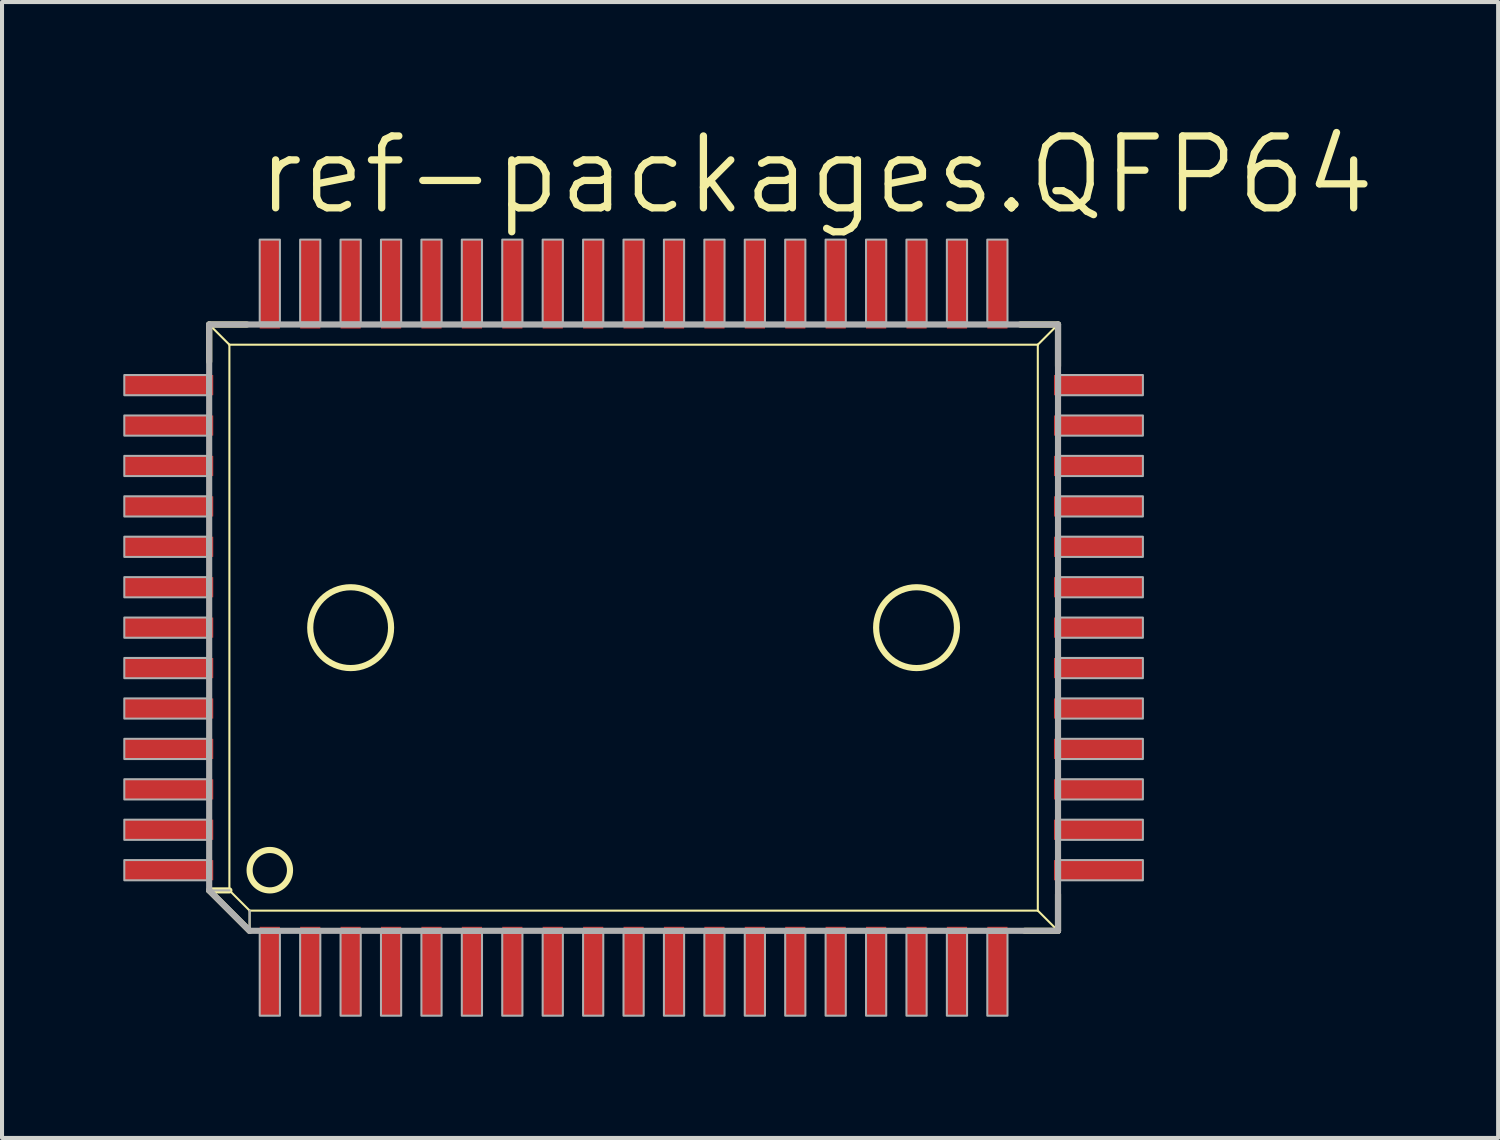
<source format=kicad_pcb>
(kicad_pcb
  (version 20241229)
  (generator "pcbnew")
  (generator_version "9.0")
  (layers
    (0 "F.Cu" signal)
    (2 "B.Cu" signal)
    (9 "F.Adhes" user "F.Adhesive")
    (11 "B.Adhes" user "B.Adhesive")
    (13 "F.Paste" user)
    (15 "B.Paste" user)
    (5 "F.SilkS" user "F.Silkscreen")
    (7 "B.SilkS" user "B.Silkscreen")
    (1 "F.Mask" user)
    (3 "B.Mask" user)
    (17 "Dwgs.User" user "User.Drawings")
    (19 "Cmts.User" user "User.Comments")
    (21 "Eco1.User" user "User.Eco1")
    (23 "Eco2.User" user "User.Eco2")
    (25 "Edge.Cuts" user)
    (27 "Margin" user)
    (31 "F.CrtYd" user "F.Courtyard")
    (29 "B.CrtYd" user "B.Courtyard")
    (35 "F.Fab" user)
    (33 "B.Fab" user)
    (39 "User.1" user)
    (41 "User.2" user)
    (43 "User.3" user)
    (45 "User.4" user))
  (footprint "ref-packages.QFP64"
    (layer "F.Cu")
    (at 12.625 12.478)
    (property "Reference" "ref-packages.QFP64" (at -9.398 -10.16 0) (layer "F.SilkS") (effects (font (size 1.778 1.778) (thickness 0.18)) (justify left bottom)))
    (attr smd)
    (fp_line (start -10.5 -7.5) (end -10 -7) (stroke (width 0.051) (type default)) (layer "F.SilkS"))
    (fp_line (start -10.5 -7.5) (end -9.566 -7.5) (stroke (width 0.152) (type default)) (layer "F.SilkS"))
    (fp_line (start -10.5 -6.581) (end -10.5 -7.5) (stroke (width 0.152) (type default)) (layer "F.SilkS"))
    (fp_line (start -10.5 6.5) (end -10 6.5) (stroke (width 0.152) (type default)) (layer "F.SilkS"))
    (fp_line (start -10 -7) (end 10 -7) (stroke (width 0.051) (type default)) (layer "F.SilkS"))
    (fp_line (start -10 6.5) (end -10 -7) (stroke (width 0.051) (type default)) (layer "F.SilkS"))
    (fp_line (start -9.5 7) (end -10 6.5) (stroke (width 0.051) (type default)) (layer "F.SilkS"))
    (fp_line (start -9.5 7.5) (end -10.5 6.5) (stroke (width 0.152) (type default)) (layer "F.SilkS"))
    (fp_line (start -9.5 7.5) (end -9.5 7) (stroke (width 0.051) (type default)) (layer "F.SilkS"))
    (fp_line (start 9.566 -7.5) (end 10.5 -7.5) (stroke (width 0.152) (type default)) (layer "F.SilkS"))
    (fp_line (start 10 -7) (end 10 7) (stroke (width 0.051) (type default)) (layer "F.SilkS"))
    (fp_line (start 10 7) (end -9.5 7) (stroke (width 0.051) (type default)) (layer "F.SilkS"))
    (fp_line (start 10.5 -7.5) (end 10 -7) (stroke (width 0.051) (type default)) (layer "F.SilkS"))
    (fp_line (start 10.5 -7.5) (end 10.5 -6.47) (stroke (width 0.152) (type default)) (layer "F.SilkS"))
    (fp_line (start 10.5 6.597) (end 10.5 7.5) (stroke (width 0.152) (type default)) (layer "F.SilkS"))
    (fp_line (start 10.5 7.5) (end 9.677 7.5) (stroke (width 0.152) (type default)) (layer "F.SilkS"))
    (fp_line (start 10.5 7.5) (end 10 7) (stroke (width 0.051) (type default)) (layer "F.SilkS"))
    (fp_circle (center -9 6) (end -8.5 6) (stroke (width 0.152) (type default)) (fill no) (layer "F.SilkS"))
    (fp_circle (center -7 0) (end -6 0) (stroke (width 0.152) (type default)) (fill no) (layer "F.SilkS"))
    (fp_circle (center 7 0) (end 8 0) (stroke (width 0.152) (type default)) (fill no) (layer "F.SilkS"))
    (fp_line (start -10.5 -7.5) (end 10.5 -7.5) (stroke (width 0.152) (type default)) (layer "F.Fab"))
    (fp_line (start -10.5 6.5) (end -10.5 -7.5) (stroke (width 0.152) (type default)) (layer "F.Fab"))
    (fp_line (start -10.5 6.5) (end -10 6.5) (stroke (width 0.051) (type default)) (layer "F.Fab"))
    (fp_line (start -9.5 7.5) (end -10.5 6.5) (stroke (width 0.152) (type default)) (layer "F.Fab"))
    (fp_line (start -9.5 7.5) (end -9.5 7) (stroke (width 0.051) (type default)) (layer "F.Fab"))
    (fp_line (start 10.5 -7.5) (end 10.5 7.5) (stroke (width 0.152) (type default)) (layer "F.Fab"))
    (fp_line (start 10.5 7.5) (end -9.5 7.5) (stroke (width 0.152) (type default)) (layer "F.Fab"))
    (fp_rect (start -12.6 -5.75) (end -10.55 -6.25) (stroke (width 0.05) (type default)) (fill no) (layer "F.Fab"))
    (fp_rect (start -12.6 -4.75) (end -10.55 -5.25) (stroke (width 0.05) (type default)) (fill no) (layer "F.Fab"))
    (fp_rect (start -12.6 -3.75) (end -10.55 -4.25) (stroke (width 0.05) (type default)) (fill no) (layer "F.Fab"))
    (fp_rect (start -12.6 -2.75) (end -10.55 -3.25) (stroke (width 0.05) (type default)) (fill no) (layer "F.Fab"))
    (fp_rect (start -12.6 -1.75) (end -10.55 -2.25) (stroke (width 0.05) (type default)) (fill no) (layer "F.Fab"))
    (fp_rect (start -12.6 -0.75) (end -10.55 -1.25) (stroke (width 0.05) (type default)) (fill no) (layer "F.Fab"))
    (fp_rect (start -12.6 0.25) (end -10.55 -0.25) (stroke (width 0.05) (type default)) (fill no) (layer "F.Fab"))
    (fp_rect (start -12.6 1.25) (end -10.55 0.75) (stroke (width 0.05) (type default)) (fill no) (layer "F.Fab"))
    (fp_rect (start -12.6 2.25) (end -10.55 1.75) (stroke (width 0.05) (type default)) (fill no) (layer "F.Fab"))
    (fp_rect (start -12.6 3.25) (end -10.55 2.75) (stroke (width 0.05) (type default)) (fill no) (layer "F.Fab"))
    (fp_rect (start -12.6 4.25) (end -10.55 3.75) (stroke (width 0.05) (type default)) (fill no) (layer "F.Fab"))
    (fp_rect (start -12.6 5.25) (end -10.55 4.75) (stroke (width 0.05) (type default)) (fill no) (layer "F.Fab"))
    (fp_rect (start -12.6 6.25) (end -10.55 5.75) (stroke (width 0.05) (type default)) (fill no) (layer "F.Fab"))
    (fp_rect (start -9.25 -7.55) (end -8.75 -9.6) (stroke (width 0.05) (type default)) (fill no) (layer "F.Fab"))
    (fp_rect (start -9.25 9.6) (end -8.75 7.55) (stroke (width 0.05) (type default)) (fill no) (layer "F.Fab"))
    (fp_rect (start -8.25 -7.55) (end -7.75 -9.6) (stroke (width 0.05) (type default)) (fill no) (layer "F.Fab"))
    (fp_rect (start -8.25 9.6) (end -7.75 7.55) (stroke (width 0.05) (type default)) (fill no) (layer "F.Fab"))
    (fp_rect (start -7.25 -7.55) (end -6.75 -9.6) (stroke (width 0.05) (type default)) (fill no) (layer "F.Fab"))
    (fp_rect (start -7.25 9.6) (end -6.75 7.55) (stroke (width 0.05) (type default)) (fill no) (layer "F.Fab"))
    (fp_rect (start -6.25 -7.55) (end -5.75 -9.6) (stroke (width 0.05) (type default)) (fill no) (layer "F.Fab"))
    (fp_rect (start -6.25 9.6) (end -5.75 7.55) (stroke (width 0.05) (type default)) (fill no) (layer "F.Fab"))
    (fp_rect (start -5.25 -7.55) (end -4.75 -9.6) (stroke (width 0.05) (type default)) (fill no) (layer "F.Fab"))
    (fp_rect (start -5.25 9.6) (end -4.75 7.55) (stroke (width 0.05) (type default)) (fill no) (layer "F.Fab"))
    (fp_rect (start -4.25 -7.55) (end -3.75 -9.6) (stroke (width 0.05) (type default)) (fill no) (layer "F.Fab"))
    (fp_rect (start -4.25 9.6) (end -3.75 7.55) (stroke (width 0.05) (type default)) (fill no) (layer "F.Fab"))
    (fp_rect (start -3.25 -7.55) (end -2.75 -9.6) (stroke (width 0.05) (type default)) (fill no) (layer "F.Fab"))
    (fp_rect (start -3.25 9.6) (end -2.75 7.55) (stroke (width 0.05) (type default)) (fill no) (layer "F.Fab"))
    (fp_rect (start -2.25 -7.55) (end -1.75 -9.6) (stroke (width 0.05) (type default)) (fill no) (layer "F.Fab"))
    (fp_rect (start -2.25 9.6) (end -1.75 7.55) (stroke (width 0.05) (type default)) (fill no) (layer "F.Fab"))
    (fp_rect (start -1.25 -7.55) (end -0.75 -9.6) (stroke (width 0.05) (type default)) (fill no) (layer "F.Fab"))
    (fp_rect (start -1.25 9.6) (end -0.75 7.55) (stroke (width 0.05) (type default)) (fill no) (layer "F.Fab"))
    (fp_rect (start -0.25 -7.55) (end 0.25 -9.6) (stroke (width 0.05) (type default)) (fill no) (layer "F.Fab"))
    (fp_rect (start -0.25 9.6) (end 0.25 7.55) (stroke (width 0.05) (type default)) (fill no) (layer "F.Fab"))
    (fp_rect (start 0.75 -7.55) (end 1.25 -9.6) (stroke (width 0.05) (type default)) (fill no) (layer "F.Fab"))
    (fp_rect (start 0.75 9.6) (end 1.25 7.55) (stroke (width 0.05) (type default)) (fill no) (layer "F.Fab"))
    (fp_rect (start 1.75 -7.55) (end 2.25 -9.6) (stroke (width 0.05) (type default)) (fill no) (layer "F.Fab"))
    (fp_rect (start 1.75 9.6) (end 2.25 7.55) (stroke (width 0.05) (type default)) (fill no) (layer "F.Fab"))
    (fp_rect (start 2.75 -7.55) (end 3.25 -9.6) (stroke (width 0.05) (type default)) (fill no) (layer "F.Fab"))
    (fp_rect (start 2.75 9.6) (end 3.25 7.55) (stroke (width 0.05) (type default)) (fill no) (layer "F.Fab"))
    (fp_rect (start 3.75 -7.55) (end 4.25 -9.6) (stroke (width 0.05) (type default)) (fill no) (layer "F.Fab"))
    (fp_rect (start 3.75 9.6) (end 4.25 7.55) (stroke (width 0.05) (type default)) (fill no) (layer "F.Fab"))
    (fp_rect (start 4.75 -7.55) (end 5.25 -9.6) (stroke (width 0.05) (type default)) (fill no) (layer "F.Fab"))
    (fp_rect (start 4.75 9.6) (end 5.25 7.55) (stroke (width 0.05) (type default)) (fill no) (layer "F.Fab"))
    (fp_rect (start 5.75 -7.55) (end 6.25 -9.6) (stroke (width 0.05) (type default)) (fill no) (layer "F.Fab"))
    (fp_rect (start 5.75 9.6) (end 6.25 7.55) (stroke (width 0.05) (type default)) (fill no) (layer "F.Fab"))
    (fp_rect (start 6.75 -7.55) (end 7.25 -9.6) (stroke (width 0.05) (type default)) (fill no) (layer "F.Fab"))
    (fp_rect (start 6.75 9.6) (end 7.25 7.55) (stroke (width 0.05) (type default)) (fill no) (layer "F.Fab"))
    (fp_rect (start 7.75 -7.55) (end 8.25 -9.6) (stroke (width 0.05) (type default)) (fill no) (layer "F.Fab"))
    (fp_rect (start 7.75 9.6) (end 8.25 7.55) (stroke (width 0.05) (type default)) (fill no) (layer "F.Fab"))
    (fp_rect (start 8.75 -7.55) (end 9.25 -9.6) (stroke (width 0.05) (type default)) (fill no) (layer "F.Fab"))
    (fp_rect (start 8.75 9.6) (end 9.25 7.55) (stroke (width 0.05) (type default)) (fill no) (layer "F.Fab"))
    (fp_rect (start 10.55 -5.75) (end 12.6 -6.25) (stroke (width 0.05) (type default)) (fill no) (layer "F.Fab"))
    (fp_rect (start 10.55 -4.75) (end 12.6 -5.25) (stroke (width 0.05) (type default)) (fill no) (layer "F.Fab"))
    (fp_rect (start 10.55 -3.75) (end 12.6 -4.25) (stroke (width 0.05) (type default)) (fill no) (layer "F.Fab"))
    (fp_rect (start 10.55 -2.75) (end 12.6 -3.25) (stroke (width 0.05) (type default)) (fill no) (layer "F.Fab"))
    (fp_rect (start 10.55 -1.75) (end 12.6 -2.25) (stroke (width 0.05) (type default)) (fill no) (layer "F.Fab"))
    (fp_rect (start 10.55 -0.75) (end 12.6 -1.25) (stroke (width 0.05) (type default)) (fill no) (layer "F.Fab"))
    (fp_rect (start 10.55 0.25) (end 12.6 -0.25) (stroke (width 0.05) (type default)) (fill no) (layer "F.Fab"))
    (fp_rect (start 10.55 1.25) (end 12.6 0.75) (stroke (width 0.05) (type default)) (fill no) (layer "F.Fab"))
    (fp_rect (start 10.55 2.25) (end 12.6 1.75) (stroke (width 0.05) (type default)) (fill no) (layer "F.Fab"))
    (fp_rect (start 10.55 3.25) (end 12.6 2.75) (stroke (width 0.05) (type default)) (fill no) (layer "F.Fab"))
    (fp_rect (start 10.55 4.25) (end 12.6 3.75) (stroke (width 0.05) (type default)) (fill no) (layer "F.Fab"))
    (fp_rect (start 10.55 5.25) (end 12.6 4.75) (stroke (width 0.05) (type default)) (fill no) (layer "F.Fab"))
    (fp_rect (start 10.55 6.25) (end 12.6 5.75) (stroke (width 0.05) (type default)) (fill no) (layer "F.Fab"))
    (pad "1" smd roundrect (at -9 8.5) (size 0.5 2.2) (layers "F.Cu" "F.Mask" "F.Paste") (roundrect_rratio 0.01))
    (pad "2" smd roundrect (at -8 8.5) (size 0.5 2.2) (layers "F.Cu" "F.Mask" "F.Paste") (roundrect_rratio 0.01))
    (pad "3" smd roundrect (at -7 8.5) (size 0.5 2.2) (layers "F.Cu" "F.Mask" "F.Paste") (roundrect_rratio 0.01))
    (pad "4" smd roundrect (at -6 8.5) (size 0.5 2.2) (layers "F.Cu" "F.Mask" "F.Paste") (roundrect_rratio 0.01))
    (pad "5" smd roundrect (at -5 8.5) (size 0.5 2.2) (layers "F.Cu" "F.Mask" "F.Paste") (roundrect_rratio 0.01))
    (pad "6" smd roundrect (at -4 8.5) (size 0.5 2.2) (layers "F.Cu" "F.Mask" "F.Paste") (roundrect_rratio 0.01))
    (pad "7" smd roundrect (at -3 8.5) (size 0.5 2.2) (layers "F.Cu" "F.Mask" "F.Paste") (roundrect_rratio 0.01))
    (pad "8" smd roundrect (at -2 8.5) (size 0.5 2.2) (layers "F.Cu" "F.Mask" "F.Paste") (roundrect_rratio 0.01))
    (pad "9" smd roundrect (at -1 8.5) (size 0.5 2.2) (layers "F.Cu" "F.Mask" "F.Paste") (roundrect_rratio 0.01))
    (pad "10" smd roundrect (at 0 8.5) (size 0.5 2.2) (layers "F.Cu" "F.Mask" "F.Paste") (roundrect_rratio 0.01))
    (pad "11" smd roundrect (at 1 8.5) (size 0.5 2.2) (layers "F.Cu" "F.Mask" "F.Paste") (roundrect_rratio 0.01))
    (pad "12" smd roundrect (at 2 8.5) (size 0.5 2.2) (layers "F.Cu" "F.Mask" "F.Paste") (roundrect_rratio 0.01))
    (pad "13" smd roundrect (at 3 8.5) (size 0.5 2.2) (layers "F.Cu" "F.Mask" "F.Paste") (roundrect_rratio 0.01))
    (pad "14" smd roundrect (at 4 8.5) (size 0.5 2.2) (layers "F.Cu" "F.Mask" "F.Paste") (roundrect_rratio 0.01))
    (pad "15" smd roundrect (at 5 8.5) (size 0.5 2.2) (layers "F.Cu" "F.Mask" "F.Paste") (roundrect_rratio 0.01))
    (pad "16" smd roundrect (at 6 8.5) (size 0.5 2.2) (layers "F.Cu" "F.Mask" "F.Paste") (roundrect_rratio 0.01))
    (pad "17" smd roundrect (at 7 8.5) (size 0.5 2.2) (layers "F.Cu" "F.Mask" "F.Paste") (roundrect_rratio 0.01))
    (pad "18" smd roundrect (at 8 8.5) (size 0.5 2.2) (layers "F.Cu" "F.Mask" "F.Paste") (roundrect_rratio 0.01))
    (pad "19" smd roundrect (at 9 8.5) (size 0.5 2.2) (layers "F.Cu" "F.Mask" "F.Paste") (roundrect_rratio 0.01))
    (pad "20" smd roundrect (at 11.5 6) (size 2.2 0.5) (layers "F.Cu" "F.Mask" "F.Paste") (roundrect_rratio 0.01))
    (pad "21" smd roundrect (at 11.5 5) (size 2.2 0.5) (layers "F.Cu" "F.Mask" "F.Paste") (roundrect_rratio 0.01))
    (pad "22" smd roundrect (at 11.5 4) (size 2.2 0.5) (layers "F.Cu" "F.Mask" "F.Paste") (roundrect_rratio 0.01))
    (pad "23" smd roundrect (at 11.5 3) (size 2.2 0.5) (layers "F.Cu" "F.Mask" "F.Paste") (roundrect_rratio 0.01))
    (pad "24" smd roundrect (at 11.5 2) (size 2.2 0.5) (layers "F.Cu" "F.Mask" "F.Paste") (roundrect_rratio 0.01))
    (pad "25" smd roundrect (at 11.5 1) (size 2.2 0.5) (layers "F.Cu" "F.Mask" "F.Paste") (roundrect_rratio 0.01))
    (pad "26" smd roundrect (at 11.5 0) (size 2.2 0.5) (layers "F.Cu" "F.Mask" "F.Paste") (roundrect_rratio 0.01))
    (pad "27" smd roundrect (at 11.5 -1) (size 2.2 0.5) (layers "F.Cu" "F.Mask" "F.Paste") (roundrect_rratio 0.01))
    (pad "28" smd roundrect (at 11.5 -2) (size 2.2 0.5) (layers "F.Cu" "F.Mask" "F.Paste") (roundrect_rratio 0.01))
    (pad "29" smd roundrect (at 11.5 -3) (size 2.2 0.5) (layers "F.Cu" "F.Mask" "F.Paste") (roundrect_rratio 0.01))
    (pad "30" smd roundrect (at 11.5 -4) (size 2.2 0.5) (layers "F.Cu" "F.Mask" "F.Paste") (roundrect_rratio 0.01))
    (pad "31" smd roundrect (at 11.5 -5) (size 2.2 0.5) (layers "F.Cu" "F.Mask" "F.Paste") (roundrect_rratio 0.01))
    (pad "32" smd roundrect (at 11.5 -6) (size 2.2 0.5) (layers "F.Cu" "F.Mask" "F.Paste") (roundrect_rratio 0.01))
    (pad "33" smd roundrect (at 9 -8.5) (size 0.5 2.2) (layers "F.Cu" "F.Mask" "F.Paste") (roundrect_rratio 0.01))
    (pad "34" smd roundrect (at 8 -8.5) (size 0.5 2.2) (layers "F.Cu" "F.Mask" "F.Paste") (roundrect_rratio 0.01))
    (pad "35" smd roundrect (at 7 -8.5) (size 0.5 2.2) (layers "F.Cu" "F.Mask" "F.Paste") (roundrect_rratio 0.01))
    (pad "36" smd roundrect (at 6 -8.5) (size 0.5 2.2) (layers "F.Cu" "F.Mask" "F.Paste") (roundrect_rratio 0.01))
    (pad "37" smd roundrect (at 5 -8.5) (size 0.5 2.2) (layers "F.Cu" "F.Mask" "F.Paste") (roundrect_rratio 0.01))
    (pad "38" smd roundrect (at 4 -8.5) (size 0.5 2.2) (layers "F.Cu" "F.Mask" "F.Paste") (roundrect_rratio 0.01))
    (pad "39" smd roundrect (at 3 -8.5) (size 0.5 2.2) (layers "F.Cu" "F.Mask" "F.Paste") (roundrect_rratio 0.01))
    (pad "40" smd roundrect (at 2 -8.5) (size 0.5 2.2) (layers "F.Cu" "F.Mask" "F.Paste") (roundrect_rratio 0.01))
    (pad "41" smd roundrect (at 1 -8.5) (size 0.5 2.2) (layers "F.Cu" "F.Mask" "F.Paste") (roundrect_rratio 0.01))
    (pad "42" smd roundrect (at 0 -8.5) (size 0.5 2.2) (layers "F.Cu" "F.Mask" "F.Paste") (roundrect_rratio 0.01))
    (pad "43" smd roundrect (at -1 -8.5) (size 0.5 2.2) (layers "F.Cu" "F.Mask" "F.Paste") (roundrect_rratio 0.01))
    (pad "44" smd roundrect (at -2 -8.5) (size 0.5 2.2) (layers "F.Cu" "F.Mask" "F.Paste") (roundrect_rratio 0.01))
    (pad "45" smd roundrect (at -3 -8.5) (size 0.5 2.2) (layers "F.Cu" "F.Mask" "F.Paste") (roundrect_rratio 0.01))
    (pad "46" smd roundrect (at -4 -8.5) (size 0.5 2.2) (layers "F.Cu" "F.Mask" "F.Paste") (roundrect_rratio 0.01))
    (pad "47" smd roundrect (at -5 -8.5) (size 0.5 2.2) (layers "F.Cu" "F.Mask" "F.Paste") (roundrect_rratio 0.01))
    (pad "48" smd roundrect (at -6 -8.5) (size 0.5 2.2) (layers "F.Cu" "F.Mask" "F.Paste") (roundrect_rratio 0.01))
    (pad "49" smd roundrect (at -7 -8.5) (size 0.5 2.2) (layers "F.Cu" "F.Mask" "F.Paste") (roundrect_rratio 0.01))
    (pad "50" smd roundrect (at -8 -8.5) (size 0.5 2.2) (layers "F.Cu" "F.Mask" "F.Paste") (roundrect_rratio 0.01))
    (pad "51" smd roundrect (at -9 -8.5) (size 0.5 2.2) (layers "F.Cu" "F.Mask" "F.Paste") (roundrect_rratio 0.01))
    (pad "52" smd roundrect (at -11.5 -6) (size 2.2 0.5) (layers "F.Cu" "F.Mask" "F.Paste") (roundrect_rratio 0.01))
    (pad "53" smd roundrect (at -11.5 -5) (size 2.2 0.5) (layers "F.Cu" "F.Mask" "F.Paste") (roundrect_rratio 0.01))
    (pad "54" smd roundrect (at -11.5 -4) (size 2.2 0.5) (layers "F.Cu" "F.Mask" "F.Paste") (roundrect_rratio 0.01))
    (pad "55" smd roundrect (at -11.5 -3) (size 2.2 0.5) (layers "F.Cu" "F.Mask" "F.Paste") (roundrect_rratio 0.01))
    (pad "56" smd roundrect (at -11.5 -2) (size 2.2 0.5) (layers "F.Cu" "F.Mask" "F.Paste") (roundrect_rratio 0.01))
    (pad "57" smd roundrect (at -11.5 -1) (size 2.2 0.5) (layers "F.Cu" "F.Mask" "F.Paste") (roundrect_rratio 0.01))
    (pad "58" smd roundrect (at -11.5 0) (size 2.2 0.5) (layers "F.Cu" "F.Mask" "F.Paste") (roundrect_rratio 0.01))
    (pad "59" smd roundrect (at -11.5 1) (size 2.2 0.5) (layers "F.Cu" "F.Mask" "F.Paste") (roundrect_rratio 0.01))
    (pad "60" smd roundrect (at -11.5 2) (size 2.2 0.5) (layers "F.Cu" "F.Mask" "F.Paste") (roundrect_rratio 0.01))
    (pad "61" smd roundrect (at -11.5 3) (size 2.2 0.5) (layers "F.Cu" "F.Mask" "F.Paste") (roundrect_rratio 0.01))
    (pad "62" smd roundrect (at -11.5 4) (size 2.2 0.5) (layers "F.Cu" "F.Mask" "F.Paste") (roundrect_rratio 0.01))
    (pad "63" smd roundrect (at -11.5 5) (size 2.2 0.5) (layers "F.Cu" "F.Mask" "F.Paste") (roundrect_rratio 0.01))
    (pad "64" smd roundrect (at -11.5 6) (size 2.2 0.5) (layers "F.Cu" "F.Mask" "F.Paste") (roundrect_rratio 0.01)))
  (gr_rect
    (start -3 -3)
    (end 34.013 25.103)
    (stroke (width 0.1) (type default))
    (fill no)
    (layer "Edge.Cuts")))
</source>
